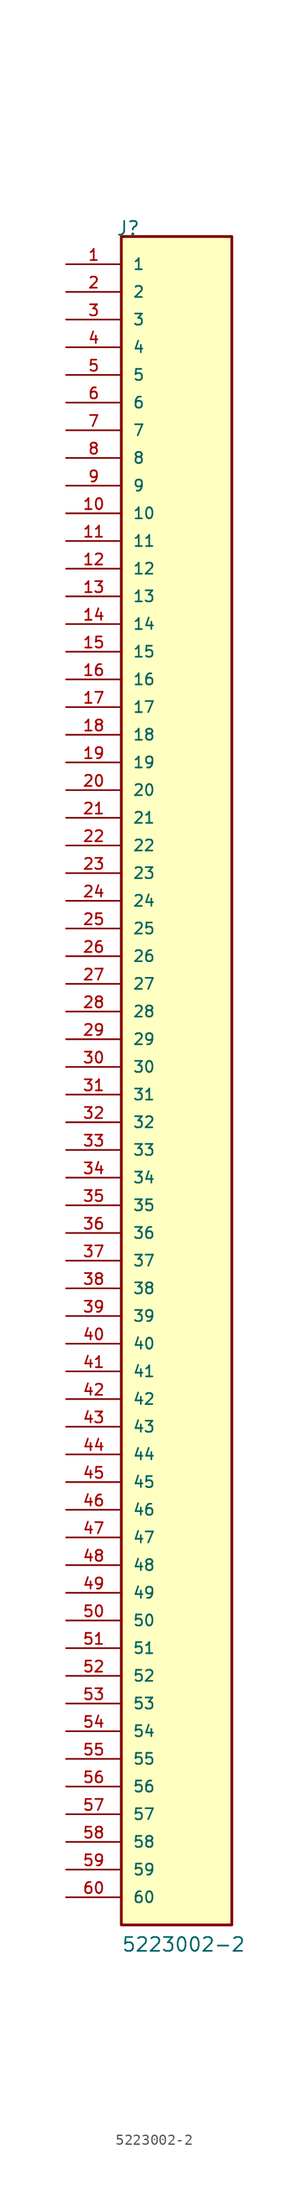
<source format=kicad_sym>
(kicad_symbol_lib
  (version 20211014)
  (generator kicad_symbol_editor)
  (symbol "5223002-2"
    (pin_names
      (offset 1.016))
    (property "Reference" "J"
      (at -5.58 78.74 0)
      (effects (font (size 1.27 1.27)) (justify bottom left)))
    (property "Value" "5223002-2"
      (at -5.08 -78.74 0)
      (effects (font (size 1.27 1.27)) (justify bottom left)))
    (symbol "5223002-2_0_0"
      (rectangle (start -5.08 -76.2) (end 5.08 78.74) (stroke (width 0.254)) (fill (type background)))
      (pin passive line (at -10.16 76.2 0) (length 5.08) (name "1" (effects (font (size 1.016 1.016)))) (number "1" (effects (font (size 1.016 1.016)))))
      (pin passive line (at -10.16 73.66 0) (length 5.08) (name "2" (effects (font (size 1.016 1.016)))) (number "2" (effects (font (size 1.016 1.016)))))
      (pin passive line (at -10.16 71.12 0) (length 5.08) (name "3" (effects (font (size 1.016 1.016)))) (number "3" (effects (font (size 1.016 1.016)))))
      (pin passive line (at -10.16 68.58 0) (length 5.08) (name "4" (effects (font (size 1.016 1.016)))) (number "4" (effects (font (size 1.016 1.016)))))
      (pin passive line (at -10.16 66.04 0) (length 5.08) (name "5" (effects (font (size 1.016 1.016)))) (number "5" (effects (font (size 1.016 1.016)))))
      (pin passive line (at -10.16 63.5 0) (length 5.08) (name "6" (effects (font (size 1.016 1.016)))) (number "6" (effects (font (size 1.016 1.016)))))
      (pin passive line (at -10.16 60.96 0) (length 5.08) (name "7" (effects (font (size 1.016 1.016)))) (number "7" (effects (font (size 1.016 1.016)))))
      (pin passive line (at -10.16 58.42 0) (length 5.08) (name "8" (effects (font (size 1.016 1.016)))) (number "8" (effects (font (size 1.016 1.016)))))
      (pin passive line (at -10.16 55.88 0) (length 5.08) (name "9" (effects (font (size 1.016 1.016)))) (number "9" (effects (font (size 1.016 1.016)))))
      (pin passive line (at -10.16 53.34 0) (length 5.08) (name "10" (effects (font (size 1.016 1.016)))) (number "10" (effects (font (size 1.016 1.016)))))
      (pin passive line (at -10.16 50.8 0) (length 5.08) (name "11" (effects (font (size 1.016 1.016)))) (number "11" (effects (font (size 1.016 1.016)))))
      (pin passive line (at -10.16 48.26 0) (length 5.08) (name "12" (effects (font (size 1.016 1.016)))) (number "12" (effects (font (size 1.016 1.016)))))
      (pin passive line (at -10.16 45.72 0) (length 5.08) (name "13" (effects (font (size 1.016 1.016)))) (number "13" (effects (font (size 1.016 1.016)))))
      (pin passive line (at -10.16 43.18 0) (length 5.08) (name "14" (effects (font (size 1.016 1.016)))) (number "14" (effects (font (size 1.016 1.016)))))
      (pin passive line (at -10.16 40.64 0) (length 5.08) (name "15" (effects (font (size 1.016 1.016)))) (number "15" (effects (font (size 1.016 1.016)))))
      (pin passive line (at -10.16 38.1 0) (length 5.08) (name "16" (effects (font (size 1.016 1.016)))) (number "16" (effects (font (size 1.016 1.016)))))
      (pin passive line (at -10.16 35.56 0) (length 5.08) (name "17" (effects (font (size 1.016 1.016)))) (number "17" (effects (font (size 1.016 1.016)))))
      (pin passive line (at -10.16 33.02 0) (length 5.08) (name "18" (effects (font (size 1.016 1.016)))) (number "18" (effects (font (size 1.016 1.016)))))
      (pin passive line (at -10.16 30.48 0) (length 5.08) (name "19" (effects (font (size 1.016 1.016)))) (number "19" (effects (font (size 1.016 1.016)))))
      (pin passive line (at -10.16 27.94 0) (length 5.08) (name "20" (effects (font (size 1.016 1.016)))) (number "20" (effects (font (size 1.016 1.016)))))
      (pin passive line (at -10.16 25.4 0) (length 5.08) (name "21" (effects (font (size 1.016 1.016)))) (number "21" (effects (font (size 1.016 1.016)))))
      (pin passive line (at -10.16 22.86 0) (length 5.08) (name "22" (effects (font (size 1.016 1.016)))) (number "22" (effects (font (size 1.016 1.016)))))
      (pin passive line (at -10.16 20.32 0) (length 5.08) (name "23" (effects (font (size 1.016 1.016)))) (number "23" (effects (font (size 1.016 1.016)))))
      (pin passive line (at -10.16 17.78 0) (length 5.08) (name "24" (effects (font (size 1.016 1.016)))) (number "24" (effects (font (size 1.016 1.016)))))
      (pin passive line (at -10.16 15.24 0) (length 5.08) (name "25" (effects (font (size 1.016 1.016)))) (number "25" (effects (font (size 1.016 1.016)))))
      (pin passive line (at -10.16 12.7 0) (length 5.08) (name "26" (effects (font (size 1.016 1.016)))) (number "26" (effects (font (size 1.016 1.016)))))
      (pin passive line (at -10.16 10.16 0) (length 5.08) (name "27" (effects (font (size 1.016 1.016)))) (number "27" (effects (font (size 1.016 1.016)))))
      (pin passive line (at -10.16 7.62 0) (length 5.08) (name "28" (effects (font (size 1.016 1.016)))) (number "28" (effects (font (size 1.016 1.016)))))
      (pin passive line (at -10.16 5.08 0) (length 5.08) (name "29" (effects (font (size 1.016 1.016)))) (number "29" (effects (font (size 1.016 1.016)))))
      (pin passive line (at -10.16 2.54 0) (length 5.08) (name "30" (effects (font (size 1.016 1.016)))) (number "30" (effects (font (size 1.016 1.016)))))
      (pin passive line (at -10.16 -0.0 0) (length 5.08) (name "31" (effects (font (size 1.016 1.016)))) (number "31" (effects (font (size 1.016 1.016)))))
      (pin passive line (at -10.16 -2.54 0) (length 5.08) (name "32" (effects (font (size 1.016 1.016)))) (number "32" (effects (font (size 1.016 1.016)))))
      (pin passive line (at -10.16 -5.08 0) (length 5.08) (name "33" (effects (font (size 1.016 1.016)))) (number "33" (effects (font (size 1.016 1.016)))))
      (pin passive line (at -10.16 -7.62 0) (length 5.08) (name "34" (effects (font (size 1.016 1.016)))) (number "34" (effects (font (size 1.016 1.016)))))
      (pin passive line (at -10.16 -10.16 0) (length 5.08) (name "35" (effects (font (size 1.016 1.016)))) (number "35" (effects (font (size 1.016 1.016)))))
      (pin passive line (at -10.16 -12.7 0) (length 5.08) (name "36" (effects (font (size 1.016 1.016)))) (number "36" (effects (font (size 1.016 1.016)))))
      (pin passive line (at -10.16 -15.24 0) (length 5.08) (name "37" (effects (font (size 1.016 1.016)))) (number "37" (effects (font (size 1.016 1.016)))))
      (pin passive line (at -10.16 -17.78 0) (length 5.08) (name "38" (effects (font (size 1.016 1.016)))) (number "38" (effects (font (size 1.016 1.016)))))
      (pin passive line (at -10.16 -20.32 0) (length 5.08) (name "39" (effects (font (size 1.016 1.016)))) (number "39" (effects (font (size 1.016 1.016)))))
      (pin passive line (at -10.16 -22.86 0) (length 5.08) (name "40" (effects (font (size 1.016 1.016)))) (number "40" (effects (font (size 1.016 1.016)))))
      (pin passive line (at -10.16 -25.4 0) (length 5.08) (name "41" (effects (font (size 1.016 1.016)))) (number "41" (effects (font (size 1.016 1.016)))))
      (pin passive line (at -10.16 -27.94 0) (length 5.08) (name "42" (effects (font (size 1.016 1.016)))) (number "42" (effects (font (size 1.016 1.016)))))
      (pin passive line (at -10.16 -30.48 0) (length 5.08) (name "43" (effects (font (size 1.016 1.016)))) (number "43" (effects (font (size 1.016 1.016)))))
      (pin passive line (at -10.16 -33.02 0) (length 5.08) (name "44" (effects (font (size 1.016 1.016)))) (number "44" (effects (font (size 1.016 1.016)))))
      (pin passive line (at -10.16 -35.56 0) (length 5.08) (name "45" (effects (font (size 1.016 1.016)))) (number "45" (effects (font (size 1.016 1.016)))))
      (pin passive line (at -10.16 -38.1 0) (length 5.08) (name "46" (effects (font (size 1.016 1.016)))) (number "46" (effects (font (size 1.016 1.016)))))
      (pin passive line (at -10.16 -40.64 0) (length 5.08) (name "47" (effects (font (size 1.016 1.016)))) (number "47" (effects (font (size 1.016 1.016)))))
      (pin passive line (at -10.16 -43.18 0) (length 5.08) (name "48" (effects (font (size 1.016 1.016)))) (number "48" (effects (font (size 1.016 1.016)))))
      (pin passive line (at -10.16 -45.72 0) (length 5.08) (name "49" (effects (font (size 1.016 1.016)))) (number "49" (effects (font (size 1.016 1.016)))))
      (pin passive line (at -10.16 -48.26 0) (length 5.08) (name "50" (effects (font (size 1.016 1.016)))) (number "50" (effects (font (size 1.016 1.016)))))
      (pin passive line (at -10.16 -50.8 0) (length 5.08) (name "51" (effects (font (size 1.016 1.016)))) (number "51" (effects (font (size 1.016 1.016)))))
      (pin passive line (at -10.16 -53.34 0) (length 5.08) (name "52" (effects (font (size 1.016 1.016)))) (number "52" (effects (font (size 1.016 1.016)))))
      (pin passive line (at -10.16 -55.88 0) (length 5.08) (name "53" (effects (font (size 1.016 1.016)))) (number "53" (effects (font (size 1.016 1.016)))))
      (pin passive line (at -10.16 -58.42 0) (length 5.08) (name "54" (effects (font (size 1.016 1.016)))) (number "54" (effects (font (size 1.016 1.016)))))
      (pin passive line (at -10.16 -60.96 0) (length 5.08) (name "55" (effects (font (size 1.016 1.016)))) (number "55" (effects (font (size 1.016 1.016)))))
      (pin passive line (at -10.16 -63.5 0) (length 5.08) (name "56" (effects (font (size 1.016 1.016)))) (number "56" (effects (font (size 1.016 1.016)))))
      (pin passive line (at -10.16 -66.04 0) (length 5.08) (name "57" (effects (font (size 1.016 1.016)))) (number "57" (effects (font (size 1.016 1.016)))))
      (pin passive line (at -10.16 -68.58 0) (length 5.08) (name "58" (effects (font (size 1.016 1.016)))) (number "58" (effects (font (size 1.016 1.016)))))
      (pin passive line (at -10.16 -71.12 0) (length 5.08) (name "59" (effects (font (size 1.016 1.016)))) (number "59" (effects (font (size 1.016 1.016)))))
      (pin passive line (at -10.16 -73.66 0) (length 5.08) (name "60" (effects (font (size 1.016 1.016)))) (number "60" (effects (font (size 1.016 1.016))))))))
</source>
